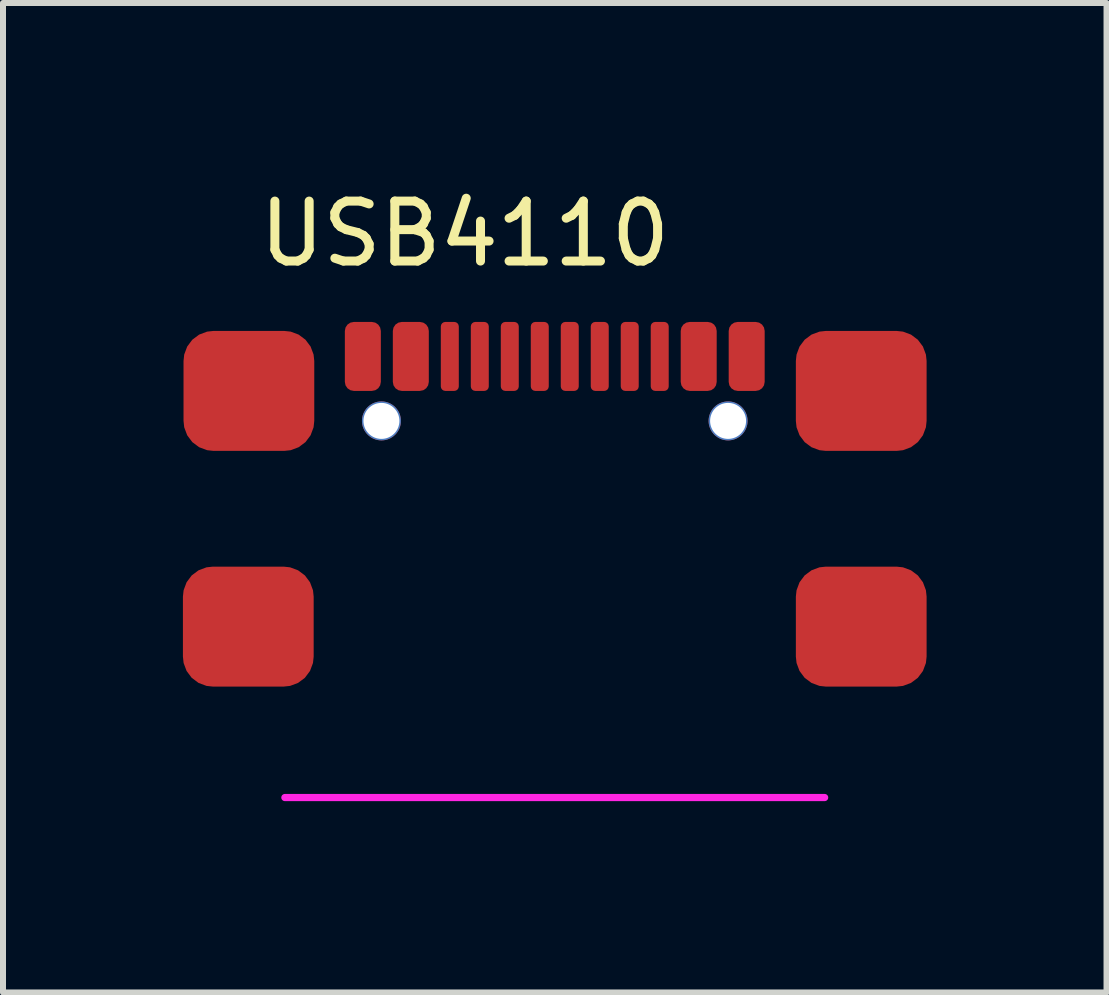
<source format=kicad_pcb>
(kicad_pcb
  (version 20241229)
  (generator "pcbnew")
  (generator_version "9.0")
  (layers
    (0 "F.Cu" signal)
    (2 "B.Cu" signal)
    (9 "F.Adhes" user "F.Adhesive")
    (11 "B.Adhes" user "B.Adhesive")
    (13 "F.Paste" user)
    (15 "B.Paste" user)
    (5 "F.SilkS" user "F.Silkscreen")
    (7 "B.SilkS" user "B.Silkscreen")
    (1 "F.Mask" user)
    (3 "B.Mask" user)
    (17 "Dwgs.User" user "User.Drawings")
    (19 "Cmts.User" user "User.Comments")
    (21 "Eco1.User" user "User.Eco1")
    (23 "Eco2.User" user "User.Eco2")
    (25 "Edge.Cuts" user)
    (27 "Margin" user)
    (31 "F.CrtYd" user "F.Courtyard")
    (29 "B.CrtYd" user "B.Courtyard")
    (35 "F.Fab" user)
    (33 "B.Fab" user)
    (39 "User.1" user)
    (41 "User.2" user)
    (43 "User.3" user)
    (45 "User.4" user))
  (footprint "USB4110"
    (layer "F.Cu")
    (at 6.2 10.248)
    (property "Reference" "USB4110" (at -1.5 -9.4 0) (layer "F.SilkS") (effects (font (size 1 1) (thickness 0.15))))
    (attr through_hole)
    (fp_line (start -4.5 0) (end 4.5 0) (stroke (width 0.12) (type solid)) (layer "F.CrtYd"))
    (pad "" np_thru_hole circle (at -2.89 -6.28) (size 0.65 0.65) (drill 0.6) (layers "*.Cu" "*.Mask"))
    (pad "" np_thru_hole circle (at 2.89 -6.28) (size 0.65 0.65) (drill 0.6) (layers "*.Cu" "*.Mask"))
    (pad "A1" smd roundrect (at -3.2 -7.355) (size 0.6 1.15) (layers "F.Cu" "F.Mask" "F.Paste") (roundrect_rratio 0.25))
    (pad "A1" smd roundrect (at 3.2 -7.355) (size 0.6 1.15) (layers "F.Cu" "F.Mask" "F.Paste") (roundrect_rratio 0.25))
    (pad "A4" smd roundrect (at -2.4 -7.355) (size 0.6 1.15) (layers "F.Cu" "F.Mask" "F.Paste") (roundrect_rratio 0.25))
    (pad "A4" smd roundrect (at 2.4 -7.355) (size 0.6 1.15) (layers "F.Cu" "F.Mask" "F.Paste") (roundrect_rratio 0.25))
    (pad "A5" smd roundrect (at -1.25 -7.355) (size 0.3 1.15) (layers "F.Cu" "F.Mask" "F.Paste") (roundrect_rratio 0.25))
    (pad "A6" smd roundrect (at -0.25 -7.355) (size 0.3 1.15) (layers "F.Cu" "F.Mask" "F.Paste") (roundrect_rratio 0.25))
    (pad "A7" smd roundrect (at 0.25 -7.355) (size 0.3 1.15) (layers "F.Cu" "F.Mask" "F.Paste") (roundrect_rratio 0.25))
    (pad "A8" smd roundrect (at 1.25 -7.355) (size 0.3 1.15) (layers "F.Cu" "F.Mask" "F.Paste") (roundrect_rratio 0.25))
    (pad "B5" smd roundrect (at 1.75 -7.355) (size 0.3 1.15) (layers "F.Cu" "F.Mask" "F.Paste") (roundrect_rratio 0.25))
    (pad "B6" smd roundrect (at 0.75 -7.355) (size 0.3 1.15) (layers "F.Cu" "F.Mask" "F.Paste") (roundrect_rratio 0.25))
    (pad "B7" smd roundrect (at -0.75 -7.355) (size 0.3 1.15) (layers "F.Cu" "F.Mask" "F.Paste") (roundrect_rratio 0.25))
    (pad "B8" smd roundrect (at -1.75 -7.355) (size 0.3 1.15) (layers "F.Cu" "F.Mask" "F.Paste") (roundrect_rratio 0.25))
    (pad "S1" smd roundrect (at -5.11 -2.85) (size 2.18 2) (layers "F.Cu" "F.Mask" "F.Paste") (roundrect_rratio 0.25))
    (pad "S1" smd roundrect (at -5.1 -6.78) (size 2.18 2) (layers "F.Cu" "F.Mask" "F.Paste") (roundrect_rratio 0.25))
    (pad "S1" smd roundrect (at 5.11 -6.78) (size 2.18 2) (layers "F.Cu" "F.Mask" "F.Paste") (roundrect_rratio 0.25))
    (pad "S1" smd roundrect (at 5.11 -2.85) (size 2.18 2) (layers "F.Cu" "F.Mask" "F.Paste") (roundrect_rratio 0.25)))
  (gr_rect
    (start -3 -3)
    (end 15.4 13.498)
    (stroke (width 0.1) (type default))
    (fill no)
    (layer "Edge.Cuts")))
</source>
